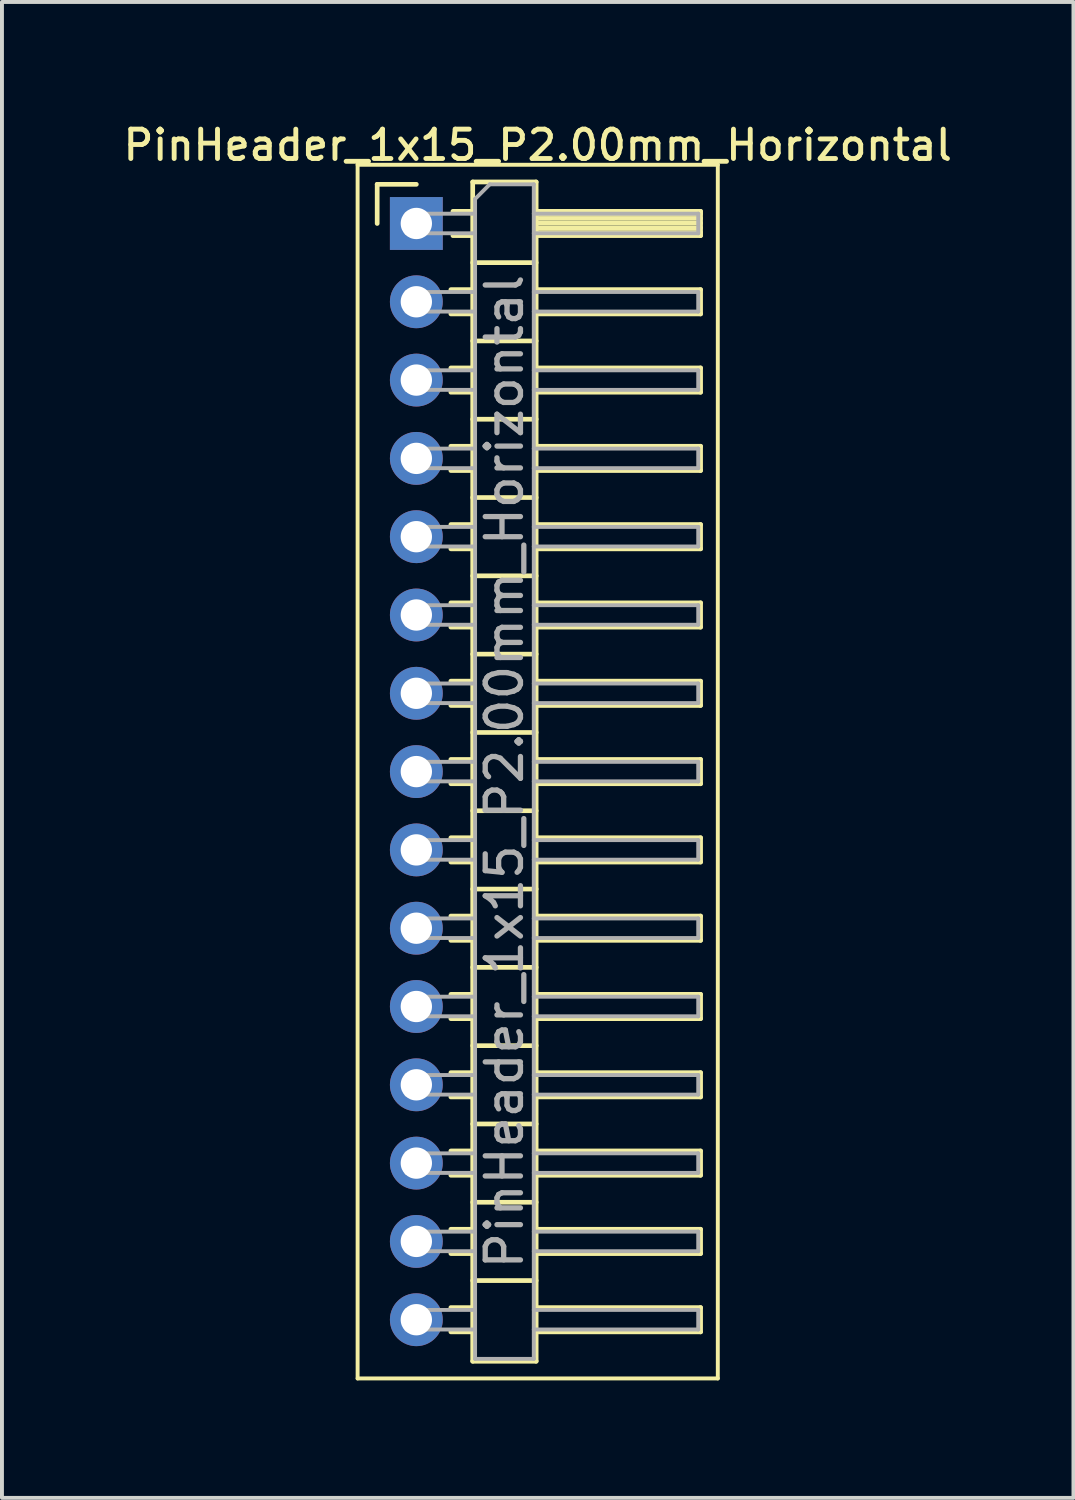
<source format=kicad_pcb>
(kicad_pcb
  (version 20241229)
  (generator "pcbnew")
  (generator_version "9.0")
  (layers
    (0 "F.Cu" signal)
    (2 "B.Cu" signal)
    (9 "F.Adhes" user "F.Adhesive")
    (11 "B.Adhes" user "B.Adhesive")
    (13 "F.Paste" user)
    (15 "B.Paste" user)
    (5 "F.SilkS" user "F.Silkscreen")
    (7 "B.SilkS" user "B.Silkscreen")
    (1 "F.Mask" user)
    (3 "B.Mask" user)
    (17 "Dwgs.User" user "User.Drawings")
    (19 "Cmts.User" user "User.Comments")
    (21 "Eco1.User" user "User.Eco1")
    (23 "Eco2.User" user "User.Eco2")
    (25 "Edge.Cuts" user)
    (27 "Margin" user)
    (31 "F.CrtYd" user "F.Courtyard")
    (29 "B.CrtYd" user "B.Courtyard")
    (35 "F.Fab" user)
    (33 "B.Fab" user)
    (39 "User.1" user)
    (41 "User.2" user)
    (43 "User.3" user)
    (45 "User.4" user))
  (footprint "PinHeader_1x15_P2.00mm_Horizontal"
    (layer "F.Cu")
    (at 7.584 2.658)
    (property "Reference" "PinHeader_1x15_P2.00mm_Horizontal" (at 3.1 -2 0) (layer "F.SilkS") (effects (font (size 0.75 0.75) (thickness 0.125))))
    (attr through_hole)
    (fp_line (start -1.5 -1.5) (end -1.5 29.5) (stroke (width 0.1) (type solid)) (layer "F.SilkS"))
    (fp_line (start -1.5 29.5) (end 7.7 29.5) (stroke (width 0.1) (type solid)) (layer "F.SilkS"))
    (fp_line (start -1 -1) (end 0 -1) (stroke (width 0.12) (type solid)) (layer "F.SilkS"))
    (fp_line (start -1 0) (end -1 -1) (stroke (width 0.12) (type solid)) (layer "F.SilkS"))
    (fp_line (start 0.882 1.69) (end 1.44 1.69) (stroke (width 0.12) (type solid)) (layer "F.SilkS"))
    (fp_line (start 0.882 2.31) (end 1.44 2.31) (stroke (width 0.12) (type solid)) (layer "F.SilkS"))
    (fp_line (start 0.882 3.69) (end 1.44 3.69) (stroke (width 0.12) (type solid)) (layer "F.SilkS"))
    (fp_line (start 0.882 4.31) (end 1.44 4.31) (stroke (width 0.12) (type solid)) (layer "F.SilkS"))
    (fp_line (start 0.882 5.69) (end 1.44 5.69) (stroke (width 0.12) (type solid)) (layer "F.SilkS"))
    (fp_line (start 0.882 6.31) (end 1.44 6.31) (stroke (width 0.12) (type solid)) (layer "F.SilkS"))
    (fp_line (start 0.882 7.69) (end 1.44 7.69) (stroke (width 0.12) (type solid)) (layer "F.SilkS"))
    (fp_line (start 0.882 8.31) (end 1.44 8.31) (stroke (width 0.12) (type solid)) (layer "F.SilkS"))
    (fp_line (start 0.882 9.69) (end 1.44 9.69) (stroke (width 0.12) (type solid)) (layer "F.SilkS"))
    (fp_line (start 0.882 10.31) (end 1.44 10.31) (stroke (width 0.12) (type solid)) (layer "F.SilkS"))
    (fp_line (start 0.882 11.69) (end 1.44 11.69) (stroke (width 0.12) (type solid)) (layer "F.SilkS"))
    (fp_line (start 0.882 12.31) (end 1.44 12.31) (stroke (width 0.12) (type solid)) (layer "F.SilkS"))
    (fp_line (start 0.882 13.69) (end 1.44 13.69) (stroke (width 0.12) (type solid)) (layer "F.SilkS"))
    (fp_line (start 0.882 14.31) (end 1.44 14.31) (stroke (width 0.12) (type solid)) (layer "F.SilkS"))
    (fp_line (start 0.882 15.69) (end 1.44 15.69) (stroke (width 0.12) (type solid)) (layer "F.SilkS"))
    (fp_line (start 0.882 16.31) (end 1.44 16.31) (stroke (width 0.12) (type solid)) (layer "F.SilkS"))
    (fp_line (start 0.882 17.69) (end 1.44 17.69) (stroke (width 0.12) (type solid)) (layer "F.SilkS"))
    (fp_line (start 0.882 18.31) (end 1.44 18.31) (stroke (width 0.12) (type solid)) (layer "F.SilkS"))
    (fp_line (start 0.882 19.69) (end 1.44 19.69) (stroke (width 0.12) (type solid)) (layer "F.SilkS"))
    (fp_line (start 0.882 20.31) (end 1.44 20.31) (stroke (width 0.12) (type solid)) (layer "F.SilkS"))
    (fp_line (start 0.882 21.69) (end 1.44 21.69) (stroke (width 0.12) (type solid)) (layer "F.SilkS"))
    (fp_line (start 0.882 22.31) (end 1.44 22.31) (stroke (width 0.12) (type solid)) (layer "F.SilkS"))
    (fp_line (start 0.882 23.69) (end 1.44 23.69) (stroke (width 0.12) (type solid)) (layer "F.SilkS"))
    (fp_line (start 0.882 24.31) (end 1.44 24.31) (stroke (width 0.12) (type solid)) (layer "F.SilkS"))
    (fp_line (start 0.882 25.69) (end 1.44 25.69) (stroke (width 0.12) (type solid)) (layer "F.SilkS"))
    (fp_line (start 0.882 26.31) (end 1.44 26.31) (stroke (width 0.12) (type solid)) (layer "F.SilkS"))
    (fp_line (start 0.882 27.69) (end 1.44 27.69) (stroke (width 0.12) (type solid)) (layer "F.SilkS"))
    (fp_line (start 0.882 28.31) (end 1.44 28.31) (stroke (width 0.12) (type solid)) (layer "F.SilkS"))
    (fp_line (start 0.935 -0.31) (end 1.44 -0.31) (stroke (width 0.12) (type solid)) (layer "F.SilkS"))
    (fp_line (start 0.935 0.31) (end 1.44 0.31) (stroke (width 0.12) (type solid)) (layer "F.SilkS"))
    (fp_line (start 1.44 -1.06) (end 1.44 29.06) (stroke (width 0.12) (type solid)) (layer "F.SilkS"))
    (fp_line (start 1.44 1) (end 3.06 1) (stroke (width 0.12) (type solid)) (layer "F.SilkS"))
    (fp_line (start 1.44 3) (end 3.06 3) (stroke (width 0.12) (type solid)) (layer "F.SilkS"))
    (fp_line (start 1.44 5) (end 3.06 5) (stroke (width 0.12) (type solid)) (layer "F.SilkS"))
    (fp_line (start 1.44 7) (end 3.06 7) (stroke (width 0.12) (type solid)) (layer "F.SilkS"))
    (fp_line (start 1.44 9) (end 3.06 9) (stroke (width 0.12) (type solid)) (layer "F.SilkS"))
    (fp_line (start 1.44 11) (end 3.06 11) (stroke (width 0.12) (type solid)) (layer "F.SilkS"))
    (fp_line (start 1.44 13) (end 3.06 13) (stroke (width 0.12) (type solid)) (layer "F.SilkS"))
    (fp_line (start 1.44 15) (end 3.06 15) (stroke (width 0.12) (type solid)) (layer "F.SilkS"))
    (fp_line (start 1.44 17) (end 3.06 17) (stroke (width 0.12) (type solid)) (layer "F.SilkS"))
    (fp_line (start 1.44 19) (end 3.06 19) (stroke (width 0.12) (type solid)) (layer "F.SilkS"))
    (fp_line (start 1.44 21) (end 3.06 21) (stroke (width 0.12) (type solid)) (layer "F.SilkS"))
    (fp_line (start 1.44 23) (end 3.06 23) (stroke (width 0.12) (type solid)) (layer "F.SilkS"))
    (fp_line (start 1.44 25) (end 3.06 25) (stroke (width 0.12) (type solid)) (layer "F.SilkS"))
    (fp_line (start 1.44 27) (end 3.06 27) (stroke (width 0.12) (type solid)) (layer "F.SilkS"))
    (fp_line (start 1.44 29.06) (end 3.06 29.06) (stroke (width 0.12) (type solid)) (layer "F.SilkS"))
    (fp_line (start 3.06 -1.06) (end 1.44 -1.06) (stroke (width 0.12) (type solid)) (layer "F.SilkS"))
    (fp_line (start 3.06 -0.31) (end 7.26 -0.31) (stroke (width 0.12) (type solid)) (layer "F.SilkS"))
    (fp_line (start 3.06 -0.25) (end 7.26 -0.25) (stroke (width 0.12) (type solid)) (layer "F.SilkS"))
    (fp_line (start 3.06 -0.13) (end 7.26 -0.13) (stroke (width 0.12) (type solid)) (layer "F.SilkS"))
    (fp_line (start 3.06 -0.01) (end 7.26 -0.01) (stroke (width 0.12) (type solid)) (layer "F.SilkS"))
    (fp_line (start 3.06 0.11) (end 7.26 0.11) (stroke (width 0.12) (type solid)) (layer "F.SilkS"))
    (fp_line (start 3.06 0.23) (end 7.26 0.23) (stroke (width 0.12) (type solid)) (layer "F.SilkS"))
    (fp_line (start 3.06 1.69) (end 7.26 1.69) (stroke (width 0.12) (type solid)) (layer "F.SilkS"))
    (fp_line (start 3.06 3.69) (end 7.26 3.69) (stroke (width 0.12) (type solid)) (layer "F.SilkS"))
    (fp_line (start 3.06 5.69) (end 7.26 5.69) (stroke (width 0.12) (type solid)) (layer "F.SilkS"))
    (fp_line (start 3.06 7.69) (end 7.26 7.69) (stroke (width 0.12) (type solid)) (layer "F.SilkS"))
    (fp_line (start 3.06 9.69) (end 7.26 9.69) (stroke (width 0.12) (type solid)) (layer "F.SilkS"))
    (fp_line (start 3.06 11.69) (end 7.26 11.69) (stroke (width 0.12) (type solid)) (layer "F.SilkS"))
    (fp_line (start 3.06 13.69) (end 7.26 13.69) (stroke (width 0.12) (type solid)) (layer "F.SilkS"))
    (fp_line (start 3.06 15.69) (end 7.26 15.69) (stroke (width 0.12) (type solid)) (layer "F.SilkS"))
    (fp_line (start 3.06 17.69) (end 7.26 17.69) (stroke (width 0.12) (type solid)) (layer "F.SilkS"))
    (fp_line (start 3.06 19.69) (end 7.26 19.69) (stroke (width 0.12) (type solid)) (layer "F.SilkS"))
    (fp_line (start 3.06 21.69) (end 7.26 21.69) (stroke (width 0.12) (type solid)) (layer "F.SilkS"))
    (fp_line (start 3.06 23.69) (end 7.26 23.69) (stroke (width 0.12) (type solid)) (layer "F.SilkS"))
    (fp_line (start 3.06 25.69) (end 7.26 25.69) (stroke (width 0.12) (type solid)) (layer "F.SilkS"))
    (fp_line (start 3.06 27.69) (end 7.26 27.69) (stroke (width 0.12) (type solid)) (layer "F.SilkS"))
    (fp_line (start 3.06 29.06) (end 3.06 -1.06) (stroke (width 0.12) (type solid)) (layer "F.SilkS"))
    (fp_line (start 7.26 -0.31) (end 7.26 0.31) (stroke (width 0.12) (type solid)) (layer "F.SilkS"))
    (fp_line (start 7.26 0.31) (end 3.06 0.31) (stroke (width 0.12) (type solid)) (layer "F.SilkS"))
    (fp_line (start 7.26 1.69) (end 7.26 2.31) (stroke (width 0.12) (type solid)) (layer "F.SilkS"))
    (fp_line (start 7.26 2.31) (end 3.06 2.31) (stroke (width 0.12) (type solid)) (layer "F.SilkS"))
    (fp_line (start 7.26 3.69) (end 7.26 4.31) (stroke (width 0.12) (type solid)) (layer "F.SilkS"))
    (fp_line (start 7.26 4.31) (end 3.06 4.31) (stroke (width 0.12) (type solid)) (layer "F.SilkS"))
    (fp_line (start 7.26 5.69) (end 7.26 6.31) (stroke (width 0.12) (type solid)) (layer "F.SilkS"))
    (fp_line (start 7.26 6.31) (end 3.06 6.31) (stroke (width 0.12) (type solid)) (layer "F.SilkS"))
    (fp_line (start 7.26 7.69) (end 7.26 8.31) (stroke (width 0.12) (type solid)) (layer "F.SilkS"))
    (fp_line (start 7.26 8.31) (end 3.06 8.31) (stroke (width 0.12) (type solid)) (layer "F.SilkS"))
    (fp_line (start 7.26 9.69) (end 7.26 10.31) (stroke (width 0.12) (type solid)) (layer "F.SilkS"))
    (fp_line (start 7.26 10.31) (end 3.06 10.31) (stroke (width 0.12) (type solid)) (layer "F.SilkS"))
    (fp_line (start 7.26 11.69) (end 7.26 12.31) (stroke (width 0.12) (type solid)) (layer "F.SilkS"))
    (fp_line (start 7.26 12.31) (end 3.06 12.31) (stroke (width 0.12) (type solid)) (layer "F.SilkS"))
    (fp_line (start 7.26 13.69) (end 7.26 14.31) (stroke (width 0.12) (type solid)) (layer "F.SilkS"))
    (fp_line (start 7.26 14.31) (end 3.06 14.31) (stroke (width 0.12) (type solid)) (layer "F.SilkS"))
    (fp_line (start 7.26 15.69) (end 7.26 16.31) (stroke (width 0.12) (type solid)) (layer "F.SilkS"))
    (fp_line (start 7.26 16.31) (end 3.06 16.31) (stroke (width 0.12) (type solid)) (layer "F.SilkS"))
    (fp_line (start 7.26 17.69) (end 7.26 18.31) (stroke (width 0.12) (type solid)) (layer "F.SilkS"))
    (fp_line (start 7.26 18.31) (end 3.06 18.31) (stroke (width 0.12) (type solid)) (layer "F.SilkS"))
    (fp_line (start 7.26 19.69) (end 7.26 20.31) (stroke (width 0.12) (type solid)) (layer "F.SilkS"))
    (fp_line (start 7.26 20.31) (end 3.06 20.31) (stroke (width 0.12) (type solid)) (layer "F.SilkS"))
    (fp_line (start 7.26 21.69) (end 7.26 22.31) (stroke (width 0.12) (type solid)) (layer "F.SilkS"))
    (fp_line (start 7.26 22.31) (end 3.06 22.31) (stroke (width 0.12) (type solid)) (layer "F.SilkS"))
    (fp_line (start 7.26 23.69) (end 7.26 24.31) (stroke (width 0.12) (type solid)) (layer "F.SilkS"))
    (fp_line (start 7.26 24.31) (end 3.06 24.31) (stroke (width 0.12) (type solid)) (layer "F.SilkS"))
    (fp_line (start 7.26 25.69) (end 7.26 26.31) (stroke (width 0.12) (type solid)) (layer "F.SilkS"))
    (fp_line (start 7.26 26.31) (end 3.06 26.31) (stroke (width 0.12) (type solid)) (layer "F.SilkS"))
    (fp_line (start 7.26 27.69) (end 7.26 28.31) (stroke (width 0.12) (type solid)) (layer "F.SilkS"))
    (fp_line (start 7.26 28.31) (end 3.06 28.31) (stroke (width 0.12) (type solid)) (layer "F.SilkS"))
    (fp_line (start 7.7 -1.5) (end -1.5 -1.5) (stroke (width 0.1) (type solid)) (layer "F.SilkS"))
    (fp_line (start 7.7 29.5) (end 7.7 -1.5) (stroke (width 0.1) (type solid)) (layer "F.SilkS"))
    (fp_line (start -0.25 -0.25) (end -0.25 0.25) (stroke (width 0.1) (type solid)) (layer "F.Fab"))
    (fp_line (start -0.25 -0.25) (end 1.5 -0.25) (stroke (width 0.1) (type solid)) (layer "F.Fab"))
    (fp_line (start -0.25 0.25) (end 1.5 0.25) (stroke (width 0.1) (type solid)) (layer "F.Fab"))
    (fp_line (start -0.25 1.75) (end -0.25 2.25) (stroke (width 0.1) (type solid)) (layer "F.Fab"))
    (fp_line (start -0.25 1.75) (end 1.5 1.75) (stroke (width 0.1) (type solid)) (layer "F.Fab"))
    (fp_line (start -0.25 2.25) (end 1.5 2.25) (stroke (width 0.1) (type solid)) (layer "F.Fab"))
    (fp_line (start -0.25 3.75) (end -0.25 4.25) (stroke (width 0.1) (type solid)) (layer "F.Fab"))
    (fp_line (start -0.25 3.75) (end 1.5 3.75) (stroke (width 0.1) (type solid)) (layer "F.Fab"))
    (fp_line (start -0.25 4.25) (end 1.5 4.25) (stroke (width 0.1) (type solid)) (layer "F.Fab"))
    (fp_line (start -0.25 5.75) (end -0.25 6.25) (stroke (width 0.1) (type solid)) (layer "F.Fab"))
    (fp_line (start -0.25 5.75) (end 1.5 5.75) (stroke (width 0.1) (type solid)) (layer "F.Fab"))
    (fp_line (start -0.25 6.25) (end 1.5 6.25) (stroke (width 0.1) (type solid)) (layer "F.Fab"))
    (fp_line (start -0.25 7.75) (end -0.25 8.25) (stroke (width 0.1) (type solid)) (layer "F.Fab"))
    (fp_line (start -0.25 7.75) (end 1.5 7.75) (stroke (width 0.1) (type solid)) (layer "F.Fab"))
    (fp_line (start -0.25 8.25) (end 1.5 8.25) (stroke (width 0.1) (type solid)) (layer "F.Fab"))
    (fp_line (start -0.25 9.75) (end -0.25 10.25) (stroke (width 0.1) (type solid)) (layer "F.Fab"))
    (fp_line (start -0.25 9.75) (end 1.5 9.75) (stroke (width 0.1) (type solid)) (layer "F.Fab"))
    (fp_line (start -0.25 10.25) (end 1.5 10.25) (stroke (width 0.1) (type solid)) (layer "F.Fab"))
    (fp_line (start -0.25 11.75) (end -0.25 12.25) (stroke (width 0.1) (type solid)) (layer "F.Fab"))
    (fp_line (start -0.25 11.75) (end 1.5 11.75) (stroke (width 0.1) (type solid)) (layer "F.Fab"))
    (fp_line (start -0.25 12.25) (end 1.5 12.25) (stroke (width 0.1) (type solid)) (layer "F.Fab"))
    (fp_line (start -0.25 13.75) (end -0.25 14.25) (stroke (width 0.1) (type solid)) (layer "F.Fab"))
    (fp_line (start -0.25 13.75) (end 1.5 13.75) (stroke (width 0.1) (type solid)) (layer "F.Fab"))
    (fp_line (start -0.25 14.25) (end 1.5 14.25) (stroke (width 0.1) (type solid)) (layer "F.Fab"))
    (fp_line (start -0.25 15.75) (end -0.25 16.25) (stroke (width 0.1) (type solid)) (layer "F.Fab"))
    (fp_line (start -0.25 15.75) (end 1.5 15.75) (stroke (width 0.1) (type solid)) (layer "F.Fab"))
    (fp_line (start -0.25 16.25) (end 1.5 16.25) (stroke (width 0.1) (type solid)) (layer "F.Fab"))
    (fp_line (start -0.25 17.75) (end -0.25 18.25) (stroke (width 0.1) (type solid)) (layer "F.Fab"))
    (fp_line (start -0.25 17.75) (end 1.5 17.75) (stroke (width 0.1) (type solid)) (layer "F.Fab"))
    (fp_line (start -0.25 18.25) (end 1.5 18.25) (stroke (width 0.1) (type solid)) (layer "F.Fab"))
    (fp_line (start -0.25 19.75) (end -0.25 20.25) (stroke (width 0.1) (type solid)) (layer "F.Fab"))
    (fp_line (start -0.25 19.75) (end 1.5 19.75) (stroke (width 0.1) (type solid)) (layer "F.Fab"))
    (fp_line (start -0.25 20.25) (end 1.5 20.25) (stroke (width 0.1) (type solid)) (layer "F.Fab"))
    (fp_line (start -0.25 21.75) (end -0.25 22.25) (stroke (width 0.1) (type solid)) (layer "F.Fab"))
    (fp_line (start -0.25 21.75) (end 1.5 21.75) (stroke (width 0.1) (type solid)) (layer "F.Fab"))
    (fp_line (start -0.25 22.25) (end 1.5 22.25) (stroke (width 0.1) (type solid)) (layer "F.Fab"))
    (fp_line (start -0.25 23.75) (end -0.25 24.25) (stroke (width 0.1) (type solid)) (layer "F.Fab"))
    (fp_line (start -0.25 23.75) (end 1.5 23.75) (stroke (width 0.1) (type solid)) (layer "F.Fab"))
    (fp_line (start -0.25 24.25) (end 1.5 24.25) (stroke (width 0.1) (type solid)) (layer "F.Fab"))
    (fp_line (start -0.25 25.75) (end -0.25 26.25) (stroke (width 0.1) (type solid)) (layer "F.Fab"))
    (fp_line (start -0.25 25.75) (end 1.5 25.75) (stroke (width 0.1) (type solid)) (layer "F.Fab"))
    (fp_line (start -0.25 26.25) (end 1.5 26.25) (stroke (width 0.1) (type solid)) (layer "F.Fab"))
    (fp_line (start -0.25 27.75) (end -0.25 28.25) (stroke (width 0.1) (type solid)) (layer "F.Fab"))
    (fp_line (start -0.25 27.75) (end 1.5 27.75) (stroke (width 0.1) (type solid)) (layer "F.Fab"))
    (fp_line (start -0.25 28.25) (end 1.5 28.25) (stroke (width 0.1) (type solid)) (layer "F.Fab"))
    (fp_line (start 1.5 -0.625) (end 1.875 -1) (stroke (width 0.1) (type solid)) (layer "F.Fab"))
    (fp_line (start 1.5 29) (end 1.5 -0.625) (stroke (width 0.1) (type solid)) (layer "F.Fab"))
    (fp_line (start 1.875 -1) (end 3 -1) (stroke (width 0.1) (type solid)) (layer "F.Fab"))
    (fp_line (start 3 -1) (end 3 29) (stroke (width 0.1) (type solid)) (layer "F.Fab"))
    (fp_line (start 3 -0.25) (end 7.2 -0.25) (stroke (width 0.1) (type solid)) (layer "F.Fab"))
    (fp_line (start 3 0.25) (end 7.2 0.25) (stroke (width 0.1) (type solid)) (layer "F.Fab"))
    (fp_line (start 3 1.75) (end 7.2 1.75) (stroke (width 0.1) (type solid)) (layer "F.Fab"))
    (fp_line (start 3 2.25) (end 7.2 2.25) (stroke (width 0.1) (type solid)) (layer "F.Fab"))
    (fp_line (start 3 3.75) (end 7.2 3.75) (stroke (width 0.1) (type solid)) (layer "F.Fab"))
    (fp_line (start 3 4.25) (end 7.2 4.25) (stroke (width 0.1) (type solid)) (layer "F.Fab"))
    (fp_line (start 3 5.75) (end 7.2 5.75) (stroke (width 0.1) (type solid)) (layer "F.Fab"))
    (fp_line (start 3 6.25) (end 7.2 6.25) (stroke (width 0.1) (type solid)) (layer "F.Fab"))
    (fp_line (start 3 7.75) (end 7.2 7.75) (stroke (width 0.1) (type solid)) (layer "F.Fab"))
    (fp_line (start 3 8.25) (end 7.2 8.25) (stroke (width 0.1) (type solid)) (layer "F.Fab"))
    (fp_line (start 3 9.75) (end 7.2 9.75) (stroke (width 0.1) (type solid)) (layer "F.Fab"))
    (fp_line (start 3 10.25) (end 7.2 10.25) (stroke (width 0.1) (type solid)) (layer "F.Fab"))
    (fp_line (start 3 11.75) (end 7.2 11.75) (stroke (width 0.1) (type solid)) (layer "F.Fab"))
    (fp_line (start 3 12.25) (end 7.2 12.25) (stroke (width 0.1) (type solid)) (layer "F.Fab"))
    (fp_line (start 3 13.75) (end 7.2 13.75) (stroke (width 0.1) (type solid)) (layer "F.Fab"))
    (fp_line (start 3 14.25) (end 7.2 14.25) (stroke (width 0.1) (type solid)) (layer "F.Fab"))
    (fp_line (start 3 15.75) (end 7.2 15.75) (stroke (width 0.1) (type solid)) (layer "F.Fab"))
    (fp_line (start 3 16.25) (end 7.2 16.25) (stroke (width 0.1) (type solid)) (layer "F.Fab"))
    (fp_line (start 3 17.75) (end 7.2 17.75) (stroke (width 0.1) (type solid)) (layer "F.Fab"))
    (fp_line (start 3 18.25) (end 7.2 18.25) (stroke (width 0.1) (type solid)) (layer "F.Fab"))
    (fp_line (start 3 19.75) (end 7.2 19.75) (stroke (width 0.1) (type solid)) (layer "F.Fab"))
    (fp_line (start 3 20.25) (end 7.2 20.25) (stroke (width 0.1) (type solid)) (layer "F.Fab"))
    (fp_line (start 3 21.75) (end 7.2 21.75) (stroke (width 0.1) (type solid)) (layer "F.Fab"))
    (fp_line (start 3 22.25) (end 7.2 22.25) (stroke (width 0.1) (type solid)) (layer "F.Fab"))
    (fp_line (start 3 23.75) (end 7.2 23.75) (stroke (width 0.1) (type solid)) (layer "F.Fab"))
    (fp_line (start 3 24.25) (end 7.2 24.25) (stroke (width 0.1) (type solid)) (layer "F.Fab"))
    (fp_line (start 3 25.75) (end 7.2 25.75) (stroke (width 0.1) (type solid)) (layer "F.Fab"))
    (fp_line (start 3 26.25) (end 7.2 26.25) (stroke (width 0.1) (type solid)) (layer "F.Fab"))
    (fp_line (start 3 27.75) (end 7.2 27.75) (stroke (width 0.1) (type solid)) (layer "F.Fab"))
    (fp_line (start 3 28.25) (end 7.2 28.25) (stroke (width 0.1) (type solid)) (layer "F.Fab"))
    (fp_line (start 3 29) (end 1.5 29) (stroke (width 0.1) (type solid)) (layer "F.Fab"))
    (fp_line (start 7.2 -0.25) (end 7.2 0.25) (stroke (width 0.1) (type solid)) (layer "F.Fab"))
    (fp_line (start 7.2 1.75) (end 7.2 2.25) (stroke (width 0.1) (type solid)) (layer "F.Fab"))
    (fp_line (start 7.2 3.75) (end 7.2 4.25) (stroke (width 0.1) (type solid)) (layer "F.Fab"))
    (fp_line (start 7.2 5.75) (end 7.2 6.25) (stroke (width 0.1) (type solid)) (layer "F.Fab"))
    (fp_line (start 7.2 7.75) (end 7.2 8.25) (stroke (width 0.1) (type solid)) (layer "F.Fab"))
    (fp_line (start 7.2 9.75) (end 7.2 10.25) (stroke (width 0.1) (type solid)) (layer "F.Fab"))
    (fp_line (start 7.2 11.75) (end 7.2 12.25) (stroke (width 0.1) (type solid)) (layer "F.Fab"))
    (fp_line (start 7.2 13.75) (end 7.2 14.25) (stroke (width 0.1) (type solid)) (layer "F.Fab"))
    (fp_line (start 7.2 15.75) (end 7.2 16.25) (stroke (width 0.1) (type solid)) (layer "F.Fab"))
    (fp_line (start 7.2 17.75) (end 7.2 18.25) (stroke (width 0.1) (type solid)) (layer "F.Fab"))
    (fp_line (start 7.2 19.75) (end 7.2 20.25) (stroke (width 0.1) (type solid)) (layer "F.Fab"))
    (fp_line (start 7.2 21.75) (end 7.2 22.25) (stroke (width 0.1) (type solid)) (layer "F.Fab"))
    (fp_line (start 7.2 23.75) (end 7.2 24.25) (stroke (width 0.1) (type solid)) (layer "F.Fab"))
    (fp_line (start 7.2 25.75) (end 7.2 26.25) (stroke (width 0.1) (type solid)) (layer "F.Fab"))
    (fp_line (start 7.2 27.75) (end 7.2 28.25) (stroke (width 0.1) (type solid)) (layer "F.Fab"))
    (fp_text user "${REFERENCE}" (at 2.25 14 90) (layer "F.Fab") (effects (font (size 0.9 0.9) (thickness 0.135))))
    (pad "1" thru_hole rect (at 0 0) (size 1.35 1.35) (drill 0.8) (layers "*.Cu" "*.Mask"))
    (pad "2" thru_hole oval (at 0 2) (size 1.35 1.35) (drill 0.8) (layers "*.Cu" "*.Mask"))
    (pad "3" thru_hole oval (at 0 4) (size 1.35 1.35) (drill 0.8) (layers "*.Cu" "*.Mask"))
    (pad "4" thru_hole oval (at 0 6) (size 1.35 1.35) (drill 0.8) (layers "*.Cu" "*.Mask"))
    (pad "5" thru_hole oval (at 0 8) (size 1.35 1.35) (drill 0.8) (layers "*.Cu" "*.Mask"))
    (pad "6" thru_hole oval (at 0 10) (size 1.35 1.35) (drill 0.8) (layers "*.Cu" "*.Mask"))
    (pad "7" thru_hole oval (at 0 12) (size 1.35 1.35) (drill 0.8) (layers "*.Cu" "*.Mask"))
    (pad "8" thru_hole oval (at 0 14) (size 1.35 1.35) (drill 0.8) (layers "*.Cu" "*.Mask"))
    (pad "9" thru_hole oval (at 0 16) (size 1.35 1.35) (drill 0.8) (layers "*.Cu" "*.Mask"))
    (pad "10" thru_hole oval (at 0 18) (size 1.35 1.35) (drill 0.8) (layers "*.Cu" "*.Mask"))
    (pad "11" thru_hole oval (at 0 20) (size 1.35 1.35) (drill 0.8) (layers "*.Cu" "*.Mask"))
    (pad "12" thru_hole oval (at 0 22) (size 1.35 1.35) (drill 0.8) (layers "*.Cu" "*.Mask"))
    (pad "13" thru_hole oval (at 0 24) (size 1.35 1.35) (drill 0.8) (layers "*.Cu" "*.Mask"))
    (pad "14" thru_hole oval (at 0 26) (size 1.35 1.35) (drill 0.8) (layers "*.Cu" "*.Mask"))
    (pad "15" thru_hole oval (at 0 28) (size 1.35 1.35) (drill 0.8) (layers "*.Cu" "*.Mask")))
  (gr_rect
    (start -3 -3)
    (end 24.368 35.208)
    (stroke (width 0.1) (type default))
    (fill no)
    (layer "Edge.Cuts")))
</source>
